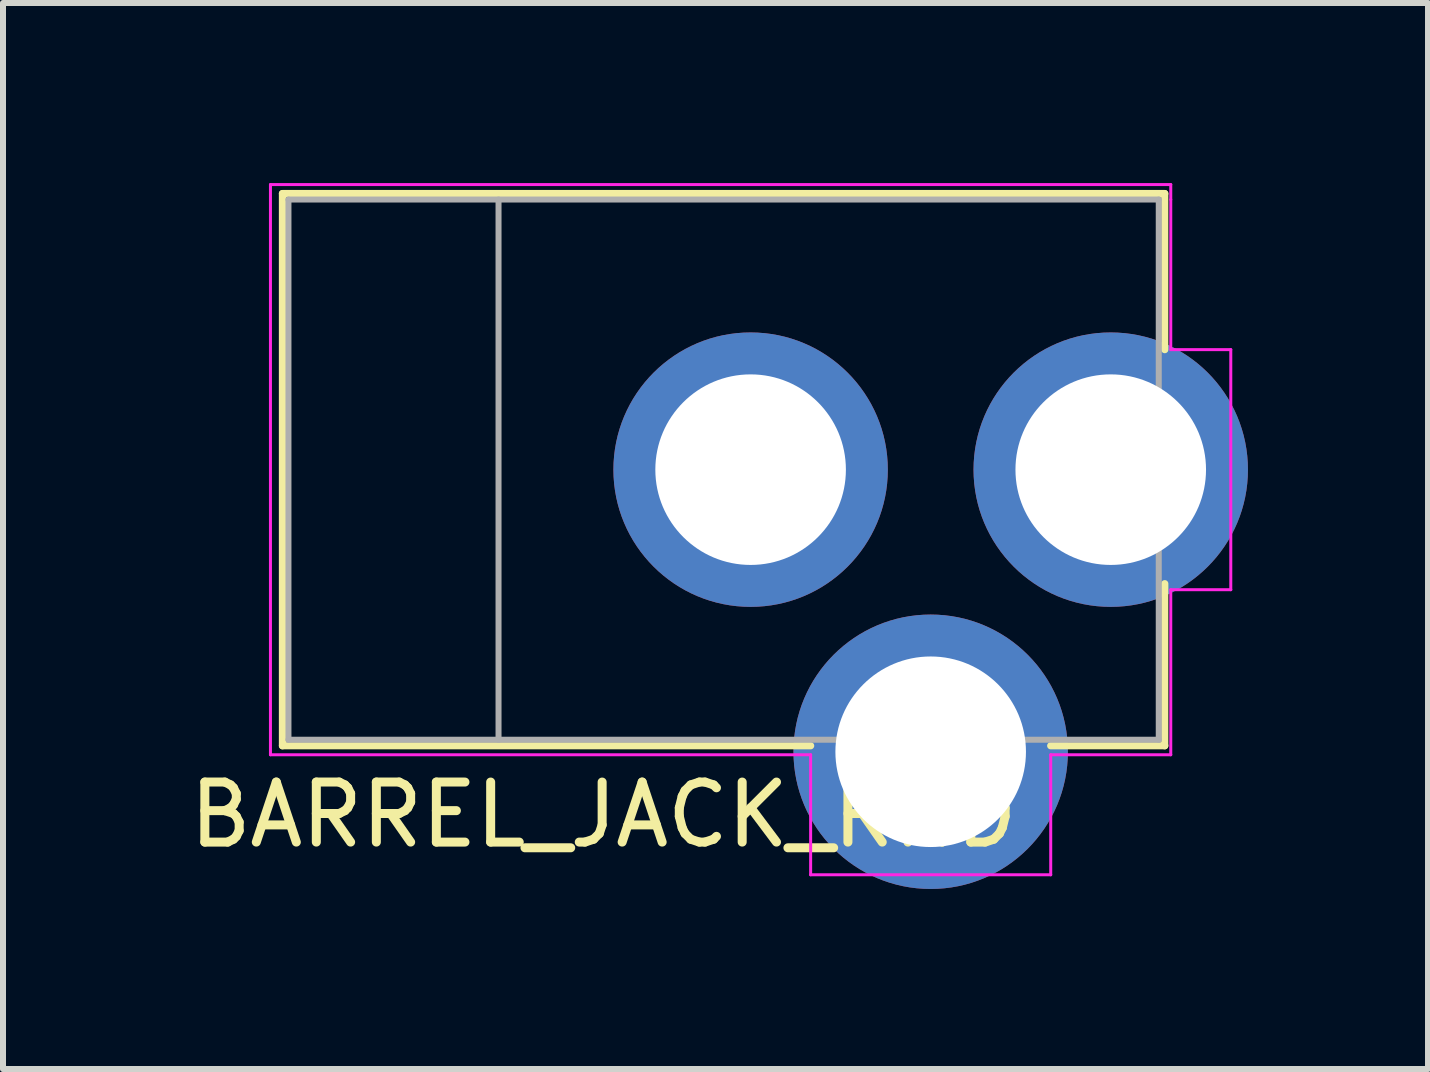
<source format=kicad_pcb>
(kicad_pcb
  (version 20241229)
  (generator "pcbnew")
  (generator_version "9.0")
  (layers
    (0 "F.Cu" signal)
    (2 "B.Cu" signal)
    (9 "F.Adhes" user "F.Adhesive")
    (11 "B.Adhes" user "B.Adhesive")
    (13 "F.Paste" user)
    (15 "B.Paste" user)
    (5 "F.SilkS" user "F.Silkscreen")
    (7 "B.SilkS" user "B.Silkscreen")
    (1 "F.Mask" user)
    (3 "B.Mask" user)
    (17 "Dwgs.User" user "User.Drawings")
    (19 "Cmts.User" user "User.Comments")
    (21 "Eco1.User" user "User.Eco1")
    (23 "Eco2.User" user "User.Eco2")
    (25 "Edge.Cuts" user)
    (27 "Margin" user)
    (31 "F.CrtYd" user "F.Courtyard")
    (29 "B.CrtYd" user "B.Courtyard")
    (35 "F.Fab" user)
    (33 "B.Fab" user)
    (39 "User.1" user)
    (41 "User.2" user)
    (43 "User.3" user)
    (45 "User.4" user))
  (footprint "BARREL_JACK_RND"
    (layer "F.Cu")
    (at 15.456 4.775)
    (property "Reference" "BARREL_JACK_RND" (at -8.45 5.75 180) (layer "F.SilkS") (effects (font (size 1 1) (thickness 0.15))))
    (attr through_hole)
    (fp_line (start -13.8 -4.6) (end 0.9 -4.6) (stroke (width 0.12) (type solid)) (layer "F.SilkS"))
    (fp_line (start -13.8 4.6) (end -13.8 -4.6) (stroke (width 0.12) (type solid)) (layer "F.SilkS"))
    (fp_line (start -5 4.6) (end -13.8 4.6) (stroke (width 0.12) (type solid)) (layer "F.SilkS"))
    (fp_line (start 0.9 -4.6) (end 0.9 -2) (stroke (width 0.12) (type solid)) (layer "F.SilkS"))
    (fp_line (start 0.9 1.9) (end 0.9 4.6) (stroke (width 0.12) (type solid)) (layer "F.SilkS"))
    (fp_line (start 0.9 4.6) (end -1 4.6) (stroke (width 0.12) (type solid)) (layer "F.SilkS"))
    (fp_line (start -14 4.75) (end -14 -4.75) (stroke (width 0.05) (type solid)) (layer "F.CrtYd"))
    (fp_line (start -5 4.75) (end -14 4.75) (stroke (width 0.05) (type solid)) (layer "F.CrtYd"))
    (fp_line (start -5 6.75) (end -5 4.75) (stroke (width 0.05) (type solid)) (layer "F.CrtYd"))
    (fp_line (start -1 4.75) (end -1 6.75) (stroke (width 0.05) (type solid)) (layer "F.CrtYd"))
    (fp_line (start -1 6.75) (end -5 6.75) (stroke (width 0.05) (type solid)) (layer "F.CrtYd"))
    (fp_line (start 1 -4.75) (end -14 -4.75) (stroke (width 0.05) (type solid)) (layer "F.CrtYd"))
    (fp_line (start 1 -4.5) (end 1 -4.75) (stroke (width 0.05) (type solid)) (layer "F.CrtYd"))
    (fp_line (start 1 -4.5) (end 1 -2) (stroke (width 0.05) (type solid)) (layer "F.CrtYd"))
    (fp_line (start 1 -2) (end 2 -2) (stroke (width 0.05) (type solid)) (layer "F.CrtYd"))
    (fp_line (start 1 2) (end 1 4.75) (stroke (width 0.05) (type solid)) (layer "F.CrtYd"))
    (fp_line (start 1 4.75) (end -1 4.75) (stroke (width 0.05) (type solid)) (layer "F.CrtYd"))
    (fp_line (start 2 -2) (end 2 2) (stroke (width 0.05) (type solid)) (layer "F.CrtYd"))
    (fp_line (start 2 2) (end 1 2) (stroke (width 0.05) (type solid)) (layer "F.CrtYd"))
    (fp_line (start -13.7 -4.5) (end -13.7 4.5) (stroke (width 0.1) (type solid)) (layer "F.Fab"))
    (fp_line (start -13.7 4.5) (end 0.8 4.5) (stroke (width 0.1) (type solid)) (layer "F.Fab"))
    (fp_line (start -10.2 -4.5) (end -10.2 4.5) (stroke (width 0.1) (type solid)) (layer "F.Fab"))
    (fp_line (start 0.8 -4.5) (end -13.7 -4.5) (stroke (width 0.1) (type solid)) (layer "F.Fab"))
    (fp_line (start 0.8 4.5) (end 0.8 -4.5) (stroke (width 0.1) (type solid)) (layer "F.Fab"))
    (pad "1" thru_hole circle (at 0 0) (size 4.572 4.572) (drill 3.175) (layers "*.Cu" "*.Mask"))
    (pad "2" thru_hole circle (at -6 0) (size 4.572 4.572) (drill 3.175) (layers "*.Cu" "*.Mask"))
    (pad "3" thru_hole circle (at -3 4.7) (size 4.572 4.572) (drill 3.175) (layers "*.Cu" "*.Mask")))
  (gr_rect
    (start -3 -3)
    (end 20.742 14.761)
    (stroke (width 0.1) (type default))
    (fill no)
    (layer "Edge.Cuts")))
</source>
